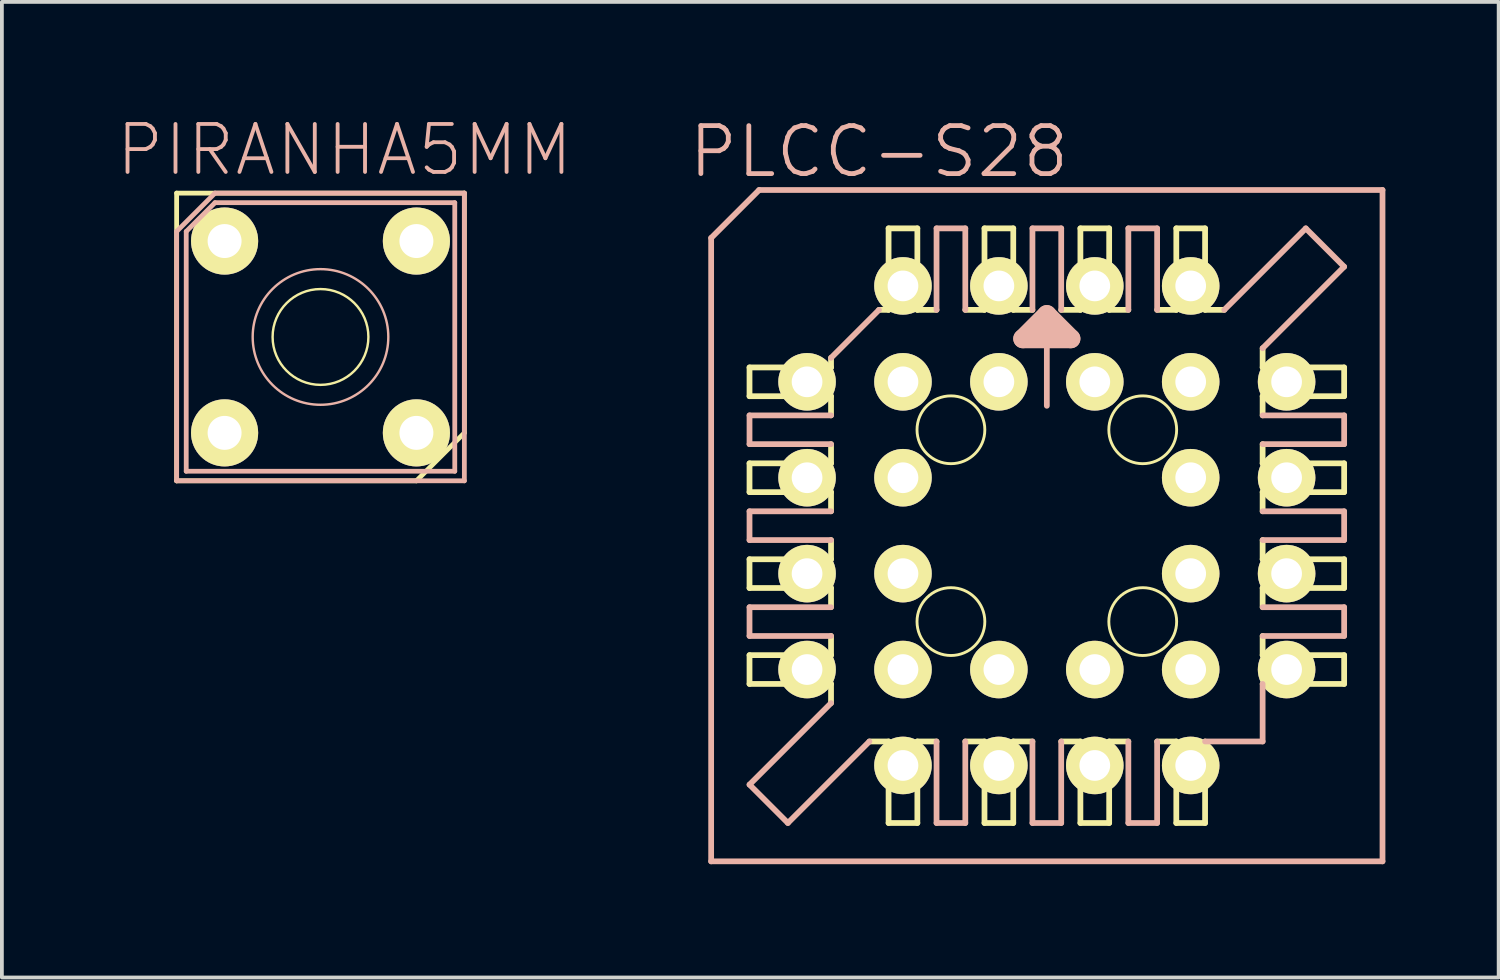
<source format=kicad_pcb>
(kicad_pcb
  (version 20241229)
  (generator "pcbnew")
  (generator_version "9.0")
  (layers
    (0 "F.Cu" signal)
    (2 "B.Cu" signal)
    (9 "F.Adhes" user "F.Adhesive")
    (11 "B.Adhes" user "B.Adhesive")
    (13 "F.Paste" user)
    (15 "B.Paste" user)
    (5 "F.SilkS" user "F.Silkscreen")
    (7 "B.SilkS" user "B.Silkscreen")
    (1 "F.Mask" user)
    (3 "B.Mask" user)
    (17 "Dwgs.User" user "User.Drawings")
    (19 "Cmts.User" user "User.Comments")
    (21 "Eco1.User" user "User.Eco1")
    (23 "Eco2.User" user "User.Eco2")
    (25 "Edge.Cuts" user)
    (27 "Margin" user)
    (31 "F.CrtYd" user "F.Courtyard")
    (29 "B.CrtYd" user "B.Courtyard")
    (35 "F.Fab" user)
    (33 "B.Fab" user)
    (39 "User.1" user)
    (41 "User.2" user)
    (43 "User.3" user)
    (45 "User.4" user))
  (footprint "PIRANHA5MM"
    (layer "F.Cu")
    (at 5.438 5.874)
    (property "Reference" "PIRANHA5MM" (at 0.635 -4.953 0) (layer "B.SilkS") (effects (font (size 1.27 1.27) (thickness 0.102))))
    (attr exclude_from_pos_files exclude_from_bom)
    (fp_line (start -3.81 -3.81) (end -3.81 3.81) (stroke (width 0.127) (type solid)) (layer "F.SilkS"))
    (fp_line (start -3.81 -3.81) (end 3.81 -3.81) (stroke (width 0.127) (type solid)) (layer "F.SilkS"))
    (fp_line (start 2.54 3.81) (end -3.81 3.81) (stroke (width 0.127) (type solid)) (layer "F.SilkS"))
    (fp_line (start 3.81 -3.81) (end 3.81 2.54) (stroke (width 0.127) (type solid)) (layer "F.SilkS"))
    (fp_line (start 3.81 2.54) (end 2.54 3.81) (stroke (width 0.127) (type solid)) (layer "F.SilkS"))
    (fp_circle (center 0 0) (end -0.897 0.897) (stroke (width 0.064) (type solid)) (fill no) (layer "F.SilkS"))
    (fp_line (start -3.81 -2.794) (end -2.794 -3.81) (stroke (width 0.127) (type solid)) (layer "B.SilkS"))
    (fp_line (start -3.81 3.81) (end -3.81 -2.794) (stroke (width 0.127) (type solid)) (layer "B.SilkS"))
    (fp_line (start -3.556 -2.794) (end -3.556 3.556) (stroke (width 0.127) (type solid)) (layer "B.SilkS"))
    (fp_line (start -3.556 3.556) (end 3.556 3.556) (stroke (width 0.127) (type solid)) (layer "B.SilkS"))
    (fp_line (start -2.794 -3.81) (end 3.81 -3.81) (stroke (width 0.127) (type solid)) (layer "B.SilkS"))
    (fp_line (start -2.794 -3.556) (end -3.556 -2.794) (stroke (width 0.127) (type solid)) (layer "B.SilkS"))
    (fp_line (start 3.556 -3.556) (end -2.794 -3.556) (stroke (width 0.127) (type solid)) (layer "B.SilkS"))
    (fp_line (start 3.556 3.556) (end 3.556 -3.556) (stroke (width 0.127) (type solid)) (layer "B.SilkS"))
    (fp_line (start 3.81 -3.81) (end 3.81 3.81) (stroke (width 0.127) (type solid)) (layer "B.SilkS"))
    (fp_line (start 3.81 3.81) (end -3.81 3.81) (stroke (width 0.127) (type solid)) (layer "B.SilkS"))
    (fp_circle (center 0 0) (end -1.27 1.27) (stroke (width 0.064) (type solid)) (fill no) (layer "B.SilkS"))
    (pad "1" thru_hole circle (at -2.54 -2.54) (size 1.778 1.778) (drill 0.899) (layers "*.Cu" "F.Mask" "F.SilkS" "F.Paste"))
    (pad "2" thru_hole circle (at -2.54 2.54) (size 1.778 1.778) (drill 0.899) (layers "*.Cu" "F.Mask" "F.SilkS" "F.Paste"))
    (pad "3" thru_hole circle (at 2.54 2.54) (size 1.778 1.778) (drill 0.899) (layers "*.Cu" "F.Mask" "F.SilkS" "F.Paste"))
    (pad "4" thru_hole circle (at 2.54 -2.54) (size 1.778 1.778) (drill 0.899) (layers "*.Cu" "F.Mask" "F.SilkS" "F.Paste")))
  (footprint "PLCC-S28"
    (layer "F.Cu")
    (at 24.674 10.872)
    (property "Reference" "PLCC-S28" (at -4.445 -9.906 0) (layer "B.SilkS") (effects (font (size 1.27 1.27) (thickness 0.127))))
    (attr exclude_from_pos_files exclude_from_bom)
    (fp_line (start -7.874 -3.429) (end -7.874 -4.191) (stroke (width 0.152) (type solid)) (layer "F.SilkS"))
    (fp_line (start -7.874 -3.429) (end -5.715 -3.429) (stroke (width 0.152) (type solid)) (layer "F.SilkS"))
    (fp_line (start -7.874 -0.889) (end -7.874 -1.651) (stroke (width 0.152) (type solid)) (layer "F.SilkS"))
    (fp_line (start -7.874 -0.889) (end -5.715 -0.889) (stroke (width 0.152) (type solid)) (layer "F.SilkS"))
    (fp_line (start -7.874 1.651) (end -7.874 0.889) (stroke (width 0.152) (type solid)) (layer "F.SilkS"))
    (fp_line (start -7.874 1.651) (end -5.715 1.651) (stroke (width 0.152) (type solid)) (layer "F.SilkS"))
    (fp_line (start -7.874 4.191) (end -7.874 3.429) (stroke (width 0.152) (type solid)) (layer "F.SilkS"))
    (fp_line (start -7.874 4.191) (end -5.715 4.191) (stroke (width 0.152) (type solid)) (layer "F.SilkS"))
    (fp_line (start -5.715 -4.191) (end -7.874 -4.191) (stroke (width 0.152) (type solid)) (layer "F.SilkS"))
    (fp_line (start -5.715 -4.191) (end -5.715 -4.445) (stroke (width 0.152) (type solid)) (layer "F.SilkS"))
    (fp_line (start -5.715 -2.921) (end -5.715 -3.429) (stroke (width 0.152) (type solid)) (layer "F.SilkS"))
    (fp_line (start -5.715 -1.651) (end -7.874 -1.651) (stroke (width 0.152) (type solid)) (layer "F.SilkS"))
    (fp_line (start -5.715 -1.651) (end -5.715 -2.159) (stroke (width 0.152) (type solid)) (layer "F.SilkS"))
    (fp_line (start -5.715 -0.381) (end -5.715 -0.889) (stroke (width 0.152) (type solid)) (layer "F.SilkS"))
    (fp_line (start -5.715 0.889) (end -7.874 0.889) (stroke (width 0.152) (type solid)) (layer "F.SilkS"))
    (fp_line (start -5.715 0.889) (end -5.715 0.381) (stroke (width 0.152) (type solid)) (layer "F.SilkS"))
    (fp_line (start -5.715 2.159) (end -5.715 1.651) (stroke (width 0.152) (type solid)) (layer "F.SilkS"))
    (fp_line (start -5.715 3.429) (end -7.874 3.429) (stroke (width 0.152) (type solid)) (layer "F.SilkS"))
    (fp_line (start -5.715 3.429) (end -5.715 2.921) (stroke (width 0.152) (type solid)) (layer "F.SilkS"))
    (fp_line (start -5.715 4.699) (end -5.715 4.191) (stroke (width 0.152) (type solid)) (layer "F.SilkS"))
    (fp_line (start -4.699 5.715) (end -4.191 5.715) (stroke (width 0.152) (type solid)) (layer "F.SilkS"))
    (fp_line (start -4.191 -5.715) (end -4.445 -5.715) (stroke (width 0.152) (type solid)) (layer "F.SilkS"))
    (fp_line (start -4.191 -5.715) (end -4.191 -7.874) (stroke (width 0.152) (type solid)) (layer "F.SilkS"))
    (fp_line (start -4.191 7.874) (end -4.191 5.715) (stroke (width 0.152) (type solid)) (layer "F.SilkS"))
    (fp_line (start -4.191 7.874) (end -3.429 7.874) (stroke (width 0.152) (type solid)) (layer "F.SilkS"))
    (fp_line (start -3.429 -7.874) (end -4.191 -7.874) (stroke (width 0.152) (type solid)) (layer "F.SilkS"))
    (fp_line (start -3.429 -7.874) (end -3.429 -5.715) (stroke (width 0.152) (type solid)) (layer "F.SilkS"))
    (fp_line (start -3.429 5.715) (end -3.429 7.874) (stroke (width 0.152) (type solid)) (layer "F.SilkS"))
    (fp_line (start -3.429 5.715) (end -2.921 5.715) (stroke (width 0.152) (type solid)) (layer "F.SilkS"))
    (fp_line (start -2.921 -5.715) (end -3.429 -5.715) (stroke (width 0.152) (type solid)) (layer "F.SilkS"))
    (fp_line (start -2.159 5.715) (end -1.651 5.715) (stroke (width 0.152) (type solid)) (layer "F.SilkS"))
    (fp_line (start -1.651 -5.715) (end -2.159 -5.715) (stroke (width 0.152) (type solid)) (layer "F.SilkS"))
    (fp_line (start -1.651 -5.715) (end -1.651 -7.874) (stroke (width 0.152) (type solid)) (layer "F.SilkS"))
    (fp_line (start -1.651 7.874) (end -1.651 5.715) (stroke (width 0.152) (type solid)) (layer "F.SilkS"))
    (fp_line (start -1.651 7.874) (end -0.889 7.874) (stroke (width 0.152) (type solid)) (layer "F.SilkS"))
    (fp_line (start -0.889 -7.874) (end -1.651 -7.874) (stroke (width 0.152) (type solid)) (layer "F.SilkS"))
    (fp_line (start -0.889 -7.874) (end -0.889 -5.715) (stroke (width 0.152) (type solid)) (layer "F.SilkS"))
    (fp_line (start -0.889 5.715) (end -0.889 7.874) (stroke (width 0.152) (type solid)) (layer "F.SilkS"))
    (fp_line (start -0.889 5.715) (end -0.381 5.715) (stroke (width 0.152) (type solid)) (layer "F.SilkS"))
    (fp_line (start -0.381 -5.715) (end -0.889 -5.715) (stroke (width 0.152) (type solid)) (layer "F.SilkS"))
    (fp_line (start 0.381 5.715) (end 0.889 5.715) (stroke (width 0.152) (type solid)) (layer "F.SilkS"))
    (fp_line (start 0.889 -5.715) (end 0.381 -5.715) (stroke (width 0.152) (type solid)) (layer "F.SilkS"))
    (fp_line (start 0.889 -5.715) (end 0.889 -7.874) (stroke (width 0.152) (type solid)) (layer "F.SilkS"))
    (fp_line (start 0.889 7.874) (end 0.889 5.715) (stroke (width 0.152) (type solid)) (layer "F.SilkS"))
    (fp_line (start 0.889 7.874) (end 1.651 7.874) (stroke (width 0.152) (type solid)) (layer "F.SilkS"))
    (fp_line (start 1.651 -7.874) (end 0.889 -7.874) (stroke (width 0.152) (type solid)) (layer "F.SilkS"))
    (fp_line (start 1.651 -7.874) (end 1.651 -5.715) (stroke (width 0.152) (type solid)) (layer "F.SilkS"))
    (fp_line (start 1.651 5.715) (end 1.651 7.874) (stroke (width 0.152) (type solid)) (layer "F.SilkS"))
    (fp_line (start 1.651 5.715) (end 2.159 5.715) (stroke (width 0.152) (type solid)) (layer "F.SilkS"))
    (fp_line (start 2.159 -5.715) (end 1.651 -5.715) (stroke (width 0.152) (type solid)) (layer "F.SilkS"))
    (fp_line (start 2.921 5.715) (end 3.429 5.715) (stroke (width 0.152) (type solid)) (layer "F.SilkS"))
    (fp_line (start 3.429 -5.715) (end 2.921 -5.715) (stroke (width 0.152) (type solid)) (layer "F.SilkS"))
    (fp_line (start 3.429 -5.715) (end 3.429 -7.874) (stroke (width 0.152) (type solid)) (layer "F.SilkS"))
    (fp_line (start 3.429 7.874) (end 3.429 5.715) (stroke (width 0.152) (type solid)) (layer "F.SilkS"))
    (fp_line (start 3.429 7.874) (end 4.191 7.874) (stroke (width 0.152) (type solid)) (layer "F.SilkS"))
    (fp_line (start 4.191 -7.874) (end 3.429 -7.874) (stroke (width 0.152) (type solid)) (layer "F.SilkS"))
    (fp_line (start 4.191 -7.874) (end 4.191 -5.715) (stroke (width 0.152) (type solid)) (layer "F.SilkS"))
    (fp_line (start 4.191 5.715) (end 4.191 7.874) (stroke (width 0.152) (type solid)) (layer "F.SilkS"))
    (fp_line (start 4.699 -5.715) (end 4.191 -5.715) (stroke (width 0.152) (type solid)) (layer "F.SilkS"))
    (fp_line (start 5.715 -4.699) (end 5.715 -4.191) (stroke (width 0.152) (type solid)) (layer "F.SilkS"))
    (fp_line (start 5.715 -3.429) (end 5.715 -2.921) (stroke (width 0.152) (type solid)) (layer "F.SilkS"))
    (fp_line (start 5.715 -3.429) (end 7.874 -3.429) (stroke (width 0.152) (type solid)) (layer "F.SilkS"))
    (fp_line (start 5.715 -2.159) (end 5.715 -1.651) (stroke (width 0.152) (type solid)) (layer "F.SilkS"))
    (fp_line (start 5.715 -0.889) (end 5.715 -0.381) (stroke (width 0.152) (type solid)) (layer "F.SilkS"))
    (fp_line (start 5.715 -0.889) (end 7.874 -0.889) (stroke (width 0.152) (type solid)) (layer "F.SilkS"))
    (fp_line (start 5.715 0.381) (end 5.715 0.889) (stroke (width 0.152) (type solid)) (layer "F.SilkS"))
    (fp_line (start 5.715 1.651) (end 5.715 2.159) (stroke (width 0.152) (type solid)) (layer "F.SilkS"))
    (fp_line (start 5.715 1.651) (end 7.874 1.651) (stroke (width 0.152) (type solid)) (layer "F.SilkS"))
    (fp_line (start 5.715 2.921) (end 5.715 3.429) (stroke (width 0.152) (type solid)) (layer "F.SilkS"))
    (fp_line (start 5.715 4.191) (end 7.874 4.191) (stroke (width 0.152) (type solid)) (layer "F.SilkS"))
    (fp_line (start 7.874 -4.191) (end 5.715 -4.191) (stroke (width 0.152) (type solid)) (layer "F.SilkS"))
    (fp_line (start 7.874 -4.191) (end 7.874 -3.429) (stroke (width 0.152) (type solid)) (layer "F.SilkS"))
    (fp_line (start 7.874 -1.651) (end 5.715 -1.651) (stroke (width 0.152) (type solid)) (layer "F.SilkS"))
    (fp_line (start 7.874 -1.651) (end 7.874 -0.889) (stroke (width 0.152) (type solid)) (layer "F.SilkS"))
    (fp_line (start 7.874 0.889) (end 5.715 0.889) (stroke (width 0.152) (type solid)) (layer "F.SilkS"))
    (fp_line (start 7.874 0.889) (end 7.874 1.651) (stroke (width 0.152) (type solid)) (layer "F.SilkS"))
    (fp_line (start 7.874 3.429) (end 5.715 3.429) (stroke (width 0.152) (type solid)) (layer "F.SilkS"))
    (fp_line (start 7.874 3.429) (end 7.874 4.191) (stroke (width 0.152) (type solid)) (layer "F.SilkS"))
    (fp_circle (center -2.54 -2.54) (end -3.175 -3.175) (stroke (width 0.076) (type solid)) (fill no) (layer "F.SilkS"))
    (fp_circle (center -2.54 2.54) (end -3.175 3.175) (stroke (width 0.076) (type solid)) (fill no) (layer "F.SilkS"))
    (fp_circle (center 2.54 -2.54) (end 3.175 -3.175) (stroke (width 0.076) (type solid)) (fill no) (layer "F.SilkS"))
    (fp_circle (center 2.54 2.54) (end 3.175 3.175) (stroke (width 0.076) (type solid)) (fill no) (layer "F.SilkS"))
    (fp_line (start -8.89 -7.62) (end -8.89 8.89) (stroke (width 0.152) (type solid)) (layer "B.SilkS"))
    (fp_line (start -7.874 -2.159) (end -7.874 -2.921) (stroke (width 0.152) (type solid)) (layer "B.SilkS"))
    (fp_line (start -7.874 -2.159) (end -5.715 -2.159) (stroke (width 0.152) (type solid)) (layer "B.SilkS"))
    (fp_line (start -7.874 0.381) (end -7.874 -0.381) (stroke (width 0.152) (type solid)) (layer "B.SilkS"))
    (fp_line (start -7.874 0.381) (end -5.715 0.381) (stroke (width 0.152) (type solid)) (layer "B.SilkS"))
    (fp_line (start -7.874 2.921) (end -7.874 2.159) (stroke (width 0.152) (type solid)) (layer "B.SilkS"))
    (fp_line (start -7.874 2.921) (end -5.715 2.921) (stroke (width 0.152) (type solid)) (layer "B.SilkS"))
    (fp_line (start -7.874 6.858) (end -5.715 4.699) (stroke (width 0.152) (type solid)) (layer "B.SilkS"))
    (fp_line (start -7.62 -8.89) (end -8.89 -7.62) (stroke (width 0.152) (type solid)) (layer "B.SilkS"))
    (fp_line (start -6.858 7.874) (end -7.874 6.858) (stroke (width 0.152) (type solid)) (layer "B.SilkS"))
    (fp_line (start -6.858 7.874) (end -4.699 5.715) (stroke (width 0.152) (type solid)) (layer "B.SilkS"))
    (fp_line (start -5.715 -4.445) (end -4.445 -5.715) (stroke (width 0.152) (type solid)) (layer "B.SilkS"))
    (fp_line (start -5.715 -2.921) (end -7.874 -2.921) (stroke (width 0.152) (type solid)) (layer "B.SilkS"))
    (fp_line (start -5.715 -0.381) (end -7.874 -0.381) (stroke (width 0.152) (type solid)) (layer "B.SilkS"))
    (fp_line (start -5.715 2.159) (end -7.874 2.159) (stroke (width 0.152) (type solid)) (layer "B.SilkS"))
    (fp_line (start -2.921 -5.715) (end -2.921 -7.874) (stroke (width 0.152) (type solid)) (layer "B.SilkS"))
    (fp_line (start -2.921 7.874) (end -2.921 5.715) (stroke (width 0.152) (type solid)) (layer "B.SilkS"))
    (fp_line (start -2.921 7.874) (end -2.159 7.874) (stroke (width 0.152) (type solid)) (layer "B.SilkS"))
    (fp_line (start -2.159 -7.874) (end -2.921 -7.874) (stroke (width 0.152) (type solid)) (layer "B.SilkS"))
    (fp_line (start -2.159 -7.874) (end -2.159 -5.715) (stroke (width 0.152) (type solid)) (layer "B.SilkS"))
    (fp_line (start -2.159 5.715) (end -2.159 7.874) (stroke (width 0.152) (type solid)) (layer "B.SilkS"))
    (fp_line (start -0.635 -4.953) (end 0 -5.588) (stroke (width 0.508) (type solid)) (layer "B.SilkS"))
    (fp_line (start -0.381 -5.715) (end -0.381 -7.874) (stroke (width 0.152) (type solid)) (layer "B.SilkS"))
    (fp_line (start -0.381 7.874) (end -0.381 5.715) (stroke (width 0.152) (type solid)) (layer "B.SilkS"))
    (fp_line (start -0.381 7.874) (end 0.381 7.874) (stroke (width 0.152) (type solid)) (layer "B.SilkS"))
    (fp_line (start 0 -5.588) (end 0 -3.175) (stroke (width 0.152) (type solid)) (layer "B.SilkS"))
    (fp_line (start 0 -5.588) (end 0.635 -4.953) (stroke (width 0.508) (type solid)) (layer "B.SilkS"))
    (fp_line (start 0.381 -7.874) (end -0.381 -7.874) (stroke (width 0.152) (type solid)) (layer "B.SilkS"))
    (fp_line (start 0.381 -7.874) (end 0.381 -5.715) (stroke (width 0.152) (type solid)) (layer "B.SilkS"))
    (fp_line (start 0.381 5.715) (end 0.381 7.874) (stroke (width 0.152) (type solid)) (layer "B.SilkS"))
    (fp_line (start 0.635 -4.953) (end -0.635 -4.953) (stroke (width 0.508) (type solid)) (layer "B.SilkS"))
    (fp_line (start 2.159 -5.715) (end 2.159 -7.874) (stroke (width 0.152) (type solid)) (layer "B.SilkS"))
    (fp_line (start 2.159 7.874) (end 2.159 5.715) (stroke (width 0.152) (type solid)) (layer "B.SilkS"))
    (fp_line (start 2.159 7.874) (end 2.921 7.874) (stroke (width 0.152) (type solid)) (layer "B.SilkS"))
    (fp_line (start 2.921 -7.874) (end 2.159 -7.874) (stroke (width 0.152) (type solid)) (layer "B.SilkS"))
    (fp_line (start 2.921 -7.874) (end 2.921 -5.715) (stroke (width 0.152) (type solid)) (layer "B.SilkS"))
    (fp_line (start 2.921 5.715) (end 2.921 7.874) (stroke (width 0.152) (type solid)) (layer "B.SilkS"))
    (fp_line (start 4.191 5.715) (end 5.715 5.715) (stroke (width 0.152) (type solid)) (layer "B.SilkS"))
    (fp_line (start 5.715 -2.159) (end 7.874 -2.159) (stroke (width 0.152) (type solid)) (layer "B.SilkS"))
    (fp_line (start 5.715 0.381) (end 7.874 0.381) (stroke (width 0.152) (type solid)) (layer "B.SilkS"))
    (fp_line (start 5.715 2.921) (end 7.874 2.921) (stroke (width 0.152) (type solid)) (layer "B.SilkS"))
    (fp_line (start 5.715 4.191) (end 5.715 5.715) (stroke (width 0.152) (type solid)) (layer "B.SilkS"))
    (fp_line (start 6.858 -7.874) (end 4.699 -5.715) (stroke (width 0.152) (type solid)) (layer "B.SilkS"))
    (fp_line (start 7.874 -6.858) (end 5.715 -4.699) (stroke (width 0.152) (type solid)) (layer "B.SilkS"))
    (fp_line (start 7.874 -6.858) (end 6.858 -7.874) (stroke (width 0.152) (type solid)) (layer "B.SilkS"))
    (fp_line (start 7.874 -2.921) (end 5.715 -2.921) (stroke (width 0.152) (type solid)) (layer "B.SilkS"))
    (fp_line (start 7.874 -2.921) (end 7.874 -2.159) (stroke (width 0.152) (type solid)) (layer "B.SilkS"))
    (fp_line (start 7.874 -0.381) (end 5.715 -0.381) (stroke (width 0.152) (type solid)) (layer "B.SilkS"))
    (fp_line (start 7.874 -0.381) (end 7.874 0.381) (stroke (width 0.152) (type solid)) (layer "B.SilkS"))
    (fp_line (start 7.874 2.159) (end 5.715 2.159) (stroke (width 0.152) (type solid)) (layer "B.SilkS"))
    (fp_line (start 7.874 2.159) (end 7.874 2.921) (stroke (width 0.152) (type solid)) (layer "B.SilkS"))
    (fp_line (start 8.89 -8.89) (end -7.62 -8.89) (stroke (width 0.152) (type solid)) (layer "B.SilkS"))
    (fp_line (start 8.89 8.89) (end -8.89 8.89) (stroke (width 0.152) (type solid)) (layer "B.SilkS"))
    (fp_line (start 8.89 8.89) (end 8.89 -8.89) (stroke (width 0.152) (type solid)) (layer "B.SilkS"))
    (pad "1" thru_hole circle (at 1.27 -3.81) (size 1.524 1.524) (drill 0.813) (layers "*.Cu" "F.Mask" "F.SilkS" "F.Paste"))
    (pad "2" thru_hole circle (at -1.27 -6.35) (size 1.524 1.524) (drill 0.813) (layers "*.Cu" "F.Mask" "F.SilkS" "F.Paste"))
    (pad "3" thru_hole circle (at -1.27 -3.81) (size 1.524 1.524) (drill 0.813) (layers "*.Cu" "F.Mask" "F.SilkS" "F.Paste"))
    (pad "4" thru_hole circle (at -3.81 -6.35) (size 1.524 1.524) (drill 0.813) (layers "*.Cu" "F.Mask" "F.SilkS" "F.Paste"))
    (pad "5" thru_hole circle (at -6.35 -3.81) (size 1.524 1.524) (drill 0.813) (layers "*.Cu" "F.Mask" "F.SilkS" "F.Paste"))
    (pad "6" thru_hole circle (at -3.81 -3.81) (size 1.524 1.524) (drill 0.813) (layers "*.Cu" "F.Mask" "F.SilkS" "F.Paste"))
    (pad "7" thru_hole circle (at -6.35 -1.27) (size 1.524 1.524) (drill 0.813) (layers "*.Cu" "F.Mask" "F.SilkS" "F.Paste"))
    (pad "8" thru_hole circle (at -3.81 -1.27) (size 1.524 1.524) (drill 0.813) (layers "*.Cu" "F.Mask" "F.SilkS" "F.Paste"))
    (pad "9" thru_hole circle (at -6.35 1.27) (size 1.524 1.524) (drill 0.813) (layers "*.Cu" "F.Mask" "F.SilkS" "F.Paste"))
    (pad "10" thru_hole circle (at -3.81 1.27) (size 1.524 1.524) (drill 0.813) (layers "*.Cu" "F.Mask" "F.SilkS" "F.Paste"))
    (pad "11" thru_hole circle (at -6.35 3.81) (size 1.524 1.524) (drill 0.813) (layers "*.Cu" "F.Mask" "F.SilkS" "F.Paste"))
    (pad "12" thru_hole circle (at -3.81 6.35) (size 1.524 1.524) (drill 0.813) (layers "*.Cu" "F.Mask" "F.SilkS" "F.Paste"))
    (pad "13" thru_hole circle (at -3.81 3.81) (size 1.524 1.524) (drill 0.813) (layers "*.Cu" "F.Mask" "F.SilkS" "F.Paste"))
    (pad "14" thru_hole circle (at -1.27 6.35) (size 1.524 1.524) (drill 0.813) (layers "*.Cu" "F.Mask" "F.SilkS" "F.Paste"))
    (pad "15" thru_hole circle (at -1.27 3.81) (size 1.524 1.524) (drill 0.813) (layers "*.Cu" "F.Mask" "F.SilkS" "F.Paste"))
    (pad "16" thru_hole circle (at 1.27 6.35) (size 1.524 1.524) (drill 0.813) (layers "*.Cu" "F.Mask" "F.SilkS" "F.Paste"))
    (pad "17" thru_hole circle (at 1.27 3.81) (size 1.524 1.524) (drill 0.813) (layers "*.Cu" "F.Mask" "F.SilkS" "F.Paste"))
    (pad "18" thru_hole circle (at 3.81 6.35) (size 1.524 1.524) (drill 0.813) (layers "*.Cu" "F.Mask" "F.SilkS" "F.Paste"))
    (pad "19" thru_hole circle (at 6.35 3.81) (size 1.524 1.524) (drill 0.813) (layers "*.Cu" "F.Mask" "F.SilkS" "F.Paste"))
    (pad "20" thru_hole circle (at 3.81 3.81) (size 1.524 1.524) (drill 0.813) (layers "*.Cu" "F.Mask" "F.SilkS" "F.Paste"))
    (pad "21" thru_hole circle (at 6.35 1.27) (size 1.524 1.524) (drill 0.813) (layers "*.Cu" "F.Mask" "F.SilkS" "F.Paste"))
    (pad "22" thru_hole circle (at 3.81 1.27) (size 1.524 1.524) (drill 0.813) (layers "*.Cu" "F.Mask" "F.SilkS" "F.Paste"))
    (pad "23" thru_hole circle (at 6.35 -1.27) (size 1.524 1.524) (drill 0.813) (layers "*.Cu" "F.Mask" "F.SilkS" "F.Paste"))
    (pad "24" thru_hole circle (at 3.81 -1.27) (size 1.524 1.524) (drill 0.813) (layers "*.Cu" "F.Mask" "F.SilkS" "F.Paste"))
    (pad "25" thru_hole circle (at 6.35 -3.81) (size 1.524 1.524) (drill 0.813) (layers "*.Cu" "F.Mask" "F.SilkS" "F.Paste"))
    (pad "26" thru_hole circle (at 3.81 -6.35) (size 1.524 1.524) (drill 0.813) (layers "*.Cu" "F.Mask" "F.SilkS" "F.Paste"))
    (pad "27" thru_hole circle (at 3.81 -3.81) (size 1.524 1.524) (drill 0.813) (layers "*.Cu" "F.Mask" "F.SilkS" "F.Paste"))
    (pad "28" thru_hole circle (at 1.27 -6.35) (size 1.524 1.524) (drill 0.813) (layers "*.Cu" "F.Mask" "F.SilkS" "F.Paste")))
  (gr_rect
    (start -3 -3)
    (end 36.64 22.838)
    (stroke (width 0.1) (type default))
    (fill no)
    (layer "Edge.Cuts")))
</source>
